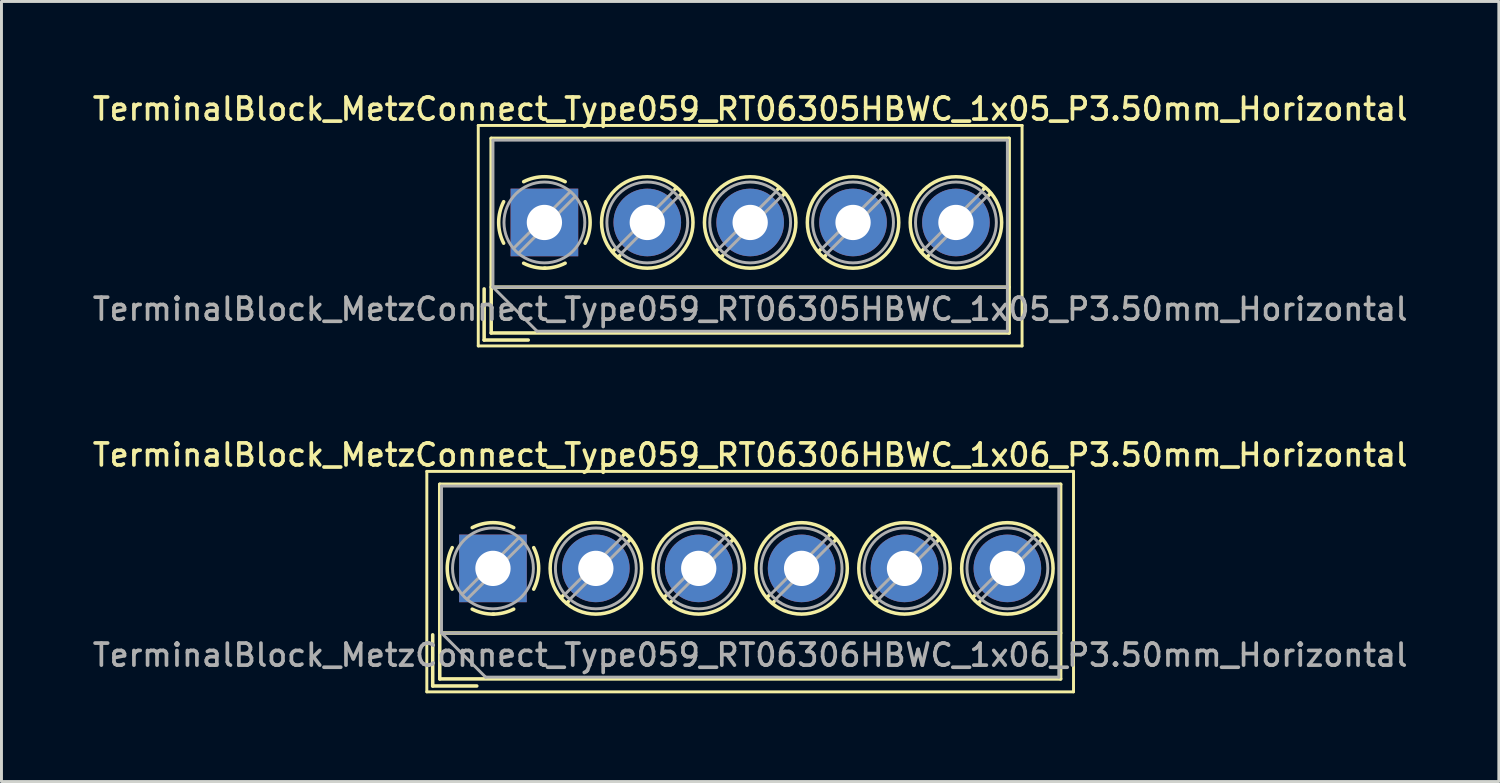
<source format=kicad_pcb>
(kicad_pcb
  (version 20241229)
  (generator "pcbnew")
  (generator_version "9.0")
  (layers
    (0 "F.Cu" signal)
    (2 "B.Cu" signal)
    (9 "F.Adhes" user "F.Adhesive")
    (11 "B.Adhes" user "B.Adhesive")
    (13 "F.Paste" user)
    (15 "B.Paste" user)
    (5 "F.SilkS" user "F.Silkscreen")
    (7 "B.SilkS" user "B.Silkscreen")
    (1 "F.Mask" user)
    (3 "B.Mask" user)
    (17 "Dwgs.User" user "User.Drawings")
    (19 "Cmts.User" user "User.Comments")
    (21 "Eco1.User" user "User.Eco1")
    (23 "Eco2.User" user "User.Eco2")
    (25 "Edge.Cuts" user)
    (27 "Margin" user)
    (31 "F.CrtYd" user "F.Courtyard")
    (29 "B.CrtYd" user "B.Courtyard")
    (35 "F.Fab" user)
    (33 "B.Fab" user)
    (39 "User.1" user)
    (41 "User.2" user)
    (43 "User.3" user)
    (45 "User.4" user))
  (footprint "TerminalBlock_MetzConnect_Type059_RT06305HBWC_1x05_P3.50mm_Horizontal"
    (layer "F.Cu")
    (at 15.47 4.518)
    (property "Reference" "TerminalBlock_MetzConnect_Type059_RT06305HBWC_1x05_P3.50mm_Horizontal" (at 7 -3.86 0) (layer "F.SilkS") (effects (font (size 0.75 0.75) (thickness 0.125))))
    (attr through_hole)
    (fp_line (start -2.25 -3.3) (end -2.25 4.2) (stroke (width 0.1) (type solid)) (layer "F.SilkS"))
    (fp_line (start -2.25 4.2) (end 16.25 4.2) (stroke (width 0.1) (type solid)) (layer "F.SilkS"))
    (fp_line (start -2.05 2.26) (end -2.05 4) (stroke (width 0.12) (type solid)) (layer "F.SilkS"))
    (fp_line (start -2.05 4) (end -0.55 4) (stroke (width 0.12) (type solid)) (layer "F.SilkS"))
    (fp_line (start -1.81 -2.86) (end -1.81 3.76) (stroke (width 0.12) (type solid)) (layer "F.SilkS"))
    (fp_line (start -1.81 -2.86) (end 15.81 -2.86) (stroke (width 0.12) (type solid)) (layer "F.SilkS"))
    (fp_line (start -1.81 2.2) (end 15.81 2.2) (stroke (width 0.12) (type solid)) (layer "F.SilkS"))
    (fp_line (start -1.81 3.76) (end 15.81 3.76) (stroke (width 0.12) (type solid)) (layer "F.SilkS"))
    (fp_line (start 2.397 0.914) (end 2.321 0.99) (stroke (width 0.12) (type solid)) (layer "F.SilkS"))
    (fp_line (start 2.565 1.125) (end 2.511 1.18) (stroke (width 0.12) (type solid)) (layer "F.SilkS"))
    (fp_line (start 4.49 -1.18) (end 4.436 -1.126) (stroke (width 0.12) (type solid)) (layer "F.SilkS"))
    (fp_line (start 4.68 -0.99) (end 4.604 -0.914) (stroke (width 0.12) (type solid)) (layer "F.SilkS"))
    (fp_line (start 5.897 0.914) (end 5.821 0.99) (stroke (width 0.12) (type solid)) (layer "F.SilkS"))
    (fp_line (start 6.065 1.125) (end 6.011 1.18) (stroke (width 0.12) (type solid)) (layer "F.SilkS"))
    (fp_line (start 7.99 -1.18) (end 7.936 -1.126) (stroke (width 0.12) (type solid)) (layer "F.SilkS"))
    (fp_line (start 8.18 -0.99) (end 8.104 -0.914) (stroke (width 0.12) (type solid)) (layer "F.SilkS"))
    (fp_line (start 9.397 0.914) (end 9.321 0.99) (stroke (width 0.12) (type solid)) (layer "F.SilkS"))
    (fp_line (start 9.565 1.125) (end 9.511 1.18) (stroke (width 0.12) (type solid)) (layer "F.SilkS"))
    (fp_line (start 11.49 -1.18) (end 11.436 -1.126) (stroke (width 0.12) (type solid)) (layer "F.SilkS"))
    (fp_line (start 11.68 -0.99) (end 11.604 -0.914) (stroke (width 0.12) (type solid)) (layer "F.SilkS"))
    (fp_line (start 12.897 0.914) (end 12.821 0.99) (stroke (width 0.12) (type solid)) (layer "F.SilkS"))
    (fp_line (start 13.065 1.125) (end 13.011 1.18) (stroke (width 0.12) (type solid)) (layer "F.SilkS"))
    (fp_line (start 14.99 -1.18) (end 14.936 -1.126) (stroke (width 0.12) (type solid)) (layer "F.SilkS"))
    (fp_line (start 15.18 -0.99) (end 15.104 -0.914) (stroke (width 0.12) (type solid)) (layer "F.SilkS"))
    (fp_line (start 15.81 -2.86) (end 15.81 3.76) (stroke (width 0.12) (type solid)) (layer "F.SilkS"))
    (fp_line (start 16.25 -3.3) (end -2.25 -3.3) (stroke (width 0.1) (type solid)) (layer "F.SilkS"))
    (fp_line (start 16.25 4.2) (end 16.25 -3.3) (stroke (width 0.1) (type solid)) (layer "F.SilkS"))
    (fp_arc (start -1.386645 0.705733) (mid -1.555906 -0.000711) (end -1.386 -0.707) (stroke (width 0.12) (type solid)) (layer "F.SilkS"))
    (fp_arc (start -0.705733 -1.386645) (mid 0.000711 -1.555906) (end 0.707 -1.386) (stroke (width 0.12) (type solid)) (layer "F.SilkS"))
    (fp_arc (start 0.026444 1.555682) (mid -0.350695 1.515869) (end -0.707 1.386) (stroke (width 0.12) (type solid)) (layer "F.SilkS"))
    (fp_arc (start 0.705955 1.385515) (mid 0.363007 1.512035) (end 0 1.555) (stroke (width 0.12) (type solid)) (layer "F.SilkS"))
    (fp_arc (start 1.386645 -0.705733) (mid 1.555906 0.000711) (end 1.386 0.707) (stroke (width 0.12) (type solid)) (layer "F.SilkS"))
    (fp_circle (center 3.5 0) (end 5.055 0) (stroke (width 0.12) (type solid)) (fill no) (layer "F.SilkS"))
    (fp_circle (center 7 0) (end 8.555 0) (stroke (width 0.12) (type solid)) (fill no) (layer "F.SilkS"))
    (fp_circle (center 10.5 0) (end 12.055 0) (stroke (width 0.12) (type solid)) (fill no) (layer "F.SilkS"))
    (fp_circle (center 14 0) (end 15.555 0) (stroke (width 0.12) (type solid)) (fill no) (layer "F.SilkS"))
    (fp_line (start -1.75 -2.8) (end 15.75 -2.8) (stroke (width 0.1) (type solid)) (layer "F.Fab"))
    (fp_line (start -1.75 2.2) (end -1.75 -2.8) (stroke (width 0.1) (type solid)) (layer "F.Fab"))
    (fp_line (start -1.75 2.2) (end 15.75 2.2) (stroke (width 0.1) (type solid)) (layer "F.Fab"))
    (fp_line (start -0.25 3.7) (end -1.75 2.2) (stroke (width 0.1) (type solid)) (layer "F.Fab"))
    (fp_line (start 0.876 -1.043) (end -1.043 0.875) (stroke (width 0.1) (type solid)) (layer "F.Fab"))
    (fp_line (start 1.043 -0.875) (end -0.876 1.043) (stroke (width 0.1) (type solid)) (layer "F.Fab"))
    (fp_line (start 4.376 -1.043) (end 2.458 0.875) (stroke (width 0.1) (type solid)) (layer "F.Fab"))
    (fp_line (start 4.543 -0.875) (end 2.625 1.043) (stroke (width 0.1) (type solid)) (layer "F.Fab"))
    (fp_line (start 7.876 -1.043) (end 5.958 0.875) (stroke (width 0.1) (type solid)) (layer "F.Fab"))
    (fp_line (start 8.043 -0.875) (end 6.125 1.043) (stroke (width 0.1) (type solid)) (layer "F.Fab"))
    (fp_line (start 11.376 -1.043) (end 9.458 0.875) (stroke (width 0.1) (type solid)) (layer "F.Fab"))
    (fp_line (start 11.543 -0.875) (end 9.625 1.043) (stroke (width 0.1) (type solid)) (layer "F.Fab"))
    (fp_line (start 14.876 -1.043) (end 12.958 0.875) (stroke (width 0.1) (type solid)) (layer "F.Fab"))
    (fp_line (start 15.043 -0.875) (end 13.125 1.043) (stroke (width 0.1) (type solid)) (layer "F.Fab"))
    (fp_line (start 15.75 -2.8) (end 15.75 3.7) (stroke (width 0.1) (type solid)) (layer "F.Fab"))
    (fp_line (start 15.75 3.7) (end -0.25 3.7) (stroke (width 0.1) (type solid)) (layer "F.Fab"))
    (fp_circle (center 0 0) (end 1.375 0) (stroke (width 0.1) (type solid)) (fill no) (layer "F.Fab"))
    (fp_circle (center 3.5 0) (end 4.875 0) (stroke (width 0.1) (type solid)) (fill no) (layer "F.Fab"))
    (fp_circle (center 7 0) (end 8.375 0) (stroke (width 0.1) (type solid)) (fill no) (layer "F.Fab"))
    (fp_circle (center 10.5 0) (end 11.875 0) (stroke (width 0.1) (type solid)) (fill no) (layer "F.Fab"))
    (fp_circle (center 14 0) (end 15.375 0) (stroke (width 0.1) (type solid)) (fill no) (layer "F.Fab"))
    (fp_text user "${REFERENCE}" (at 7 2.95 0) (layer "F.Fab") (effects (font (size 0.75 0.75) (thickness 0.125))))
    (pad "1" thru_hole rect (at 0 0) (size 2.3 2.3) (drill 1.2) (layers "*.Cu" "*.Mask"))
    (pad "2" thru_hole circle (at 3.5 0) (size 2.3 2.3) (drill 1.2) (layers "*.Cu" "*.Mask"))
    (pad "3" thru_hole circle (at 7 0) (size 2.3 2.3) (drill 1.2) (layers "*.Cu" "*.Mask"))
    (pad "4" thru_hole circle (at 10.5 0) (size 2.3 2.3) (drill 1.2) (layers "*.Cu" "*.Mask"))
    (pad "5" thru_hole circle (at 14 0) (size 2.3 2.3) (drill 1.2) (layers "*.Cu" "*.Mask")))
  (footprint "TerminalBlock_MetzConnect_Type059_RT06306HBWC_1x06_P3.50mm_Horizontal"
    (layer "F.Cu")
    (at 13.72 16.286)
    (property "Reference" "TerminalBlock_MetzConnect_Type059_RT06306HBWC_1x06_P3.50mm_Horizontal" (at 8.75 -3.86 0) (layer "F.SilkS") (effects (font (size 0.75 0.75) (thickness 0.125))))
    (attr through_hole)
    (fp_line (start -2.25 -3.3) (end -2.25 4.2) (stroke (width 0.1) (type solid)) (layer "F.SilkS"))
    (fp_line (start -2.25 4.2) (end 19.75 4.2) (stroke (width 0.1) (type solid)) (layer "F.SilkS"))
    (fp_line (start -2.05 2.26) (end -2.05 4) (stroke (width 0.12) (type solid)) (layer "F.SilkS"))
    (fp_line (start -2.05 4) (end -0.55 4) (stroke (width 0.12) (type solid)) (layer "F.SilkS"))
    (fp_line (start -1.81 -2.86) (end -1.81 3.76) (stroke (width 0.12) (type solid)) (layer "F.SilkS"))
    (fp_line (start -1.81 -2.86) (end 19.311 -2.86) (stroke (width 0.12) (type solid)) (layer "F.SilkS"))
    (fp_line (start -1.81 2.2) (end 19.311 2.2) (stroke (width 0.12) (type solid)) (layer "F.SilkS"))
    (fp_line (start -1.81 3.76) (end 19.311 3.76) (stroke (width 0.12) (type solid)) (layer "F.SilkS"))
    (fp_line (start 2.397 0.914) (end 2.321 0.99) (stroke (width 0.12) (type solid)) (layer "F.SilkS"))
    (fp_line (start 2.565 1.125) (end 2.511 1.18) (stroke (width 0.12) (type solid)) (layer "F.SilkS"))
    (fp_line (start 4.49 -1.18) (end 4.436 -1.126) (stroke (width 0.12) (type solid)) (layer "F.SilkS"))
    (fp_line (start 4.68 -0.99) (end 4.604 -0.914) (stroke (width 0.12) (type solid)) (layer "F.SilkS"))
    (fp_line (start 5.897 0.914) (end 5.821 0.99) (stroke (width 0.12) (type solid)) (layer "F.SilkS"))
    (fp_line (start 6.065 1.125) (end 6.011 1.18) (stroke (width 0.12) (type solid)) (layer "F.SilkS"))
    (fp_line (start 7.99 -1.18) (end 7.936 -1.126) (stroke (width 0.12) (type solid)) (layer "F.SilkS"))
    (fp_line (start 8.18 -0.99) (end 8.104 -0.914) (stroke (width 0.12) (type solid)) (layer "F.SilkS"))
    (fp_line (start 9.397 0.914) (end 9.321 0.99) (stroke (width 0.12) (type solid)) (layer "F.SilkS"))
    (fp_line (start 9.565 1.125) (end 9.511 1.18) (stroke (width 0.12) (type solid)) (layer "F.SilkS"))
    (fp_line (start 11.49 -1.18) (end 11.436 -1.126) (stroke (width 0.12) (type solid)) (layer "F.SilkS"))
    (fp_line (start 11.68 -0.99) (end 11.604 -0.914) (stroke (width 0.12) (type solid)) (layer "F.SilkS"))
    (fp_line (start 12.897 0.914) (end 12.821 0.99) (stroke (width 0.12) (type solid)) (layer "F.SilkS"))
    (fp_line (start 13.065 1.125) (end 13.011 1.18) (stroke (width 0.12) (type solid)) (layer "F.SilkS"))
    (fp_line (start 14.99 -1.18) (end 14.936 -1.126) (stroke (width 0.12) (type solid)) (layer "F.SilkS"))
    (fp_line (start 15.18 -0.99) (end 15.104 -0.914) (stroke (width 0.12) (type solid)) (layer "F.SilkS"))
    (fp_line (start 16.397 0.914) (end 16.321 0.99) (stroke (width 0.12) (type solid)) (layer "F.SilkS"))
    (fp_line (start 16.565 1.125) (end 16.511 1.18) (stroke (width 0.12) (type solid)) (layer "F.SilkS"))
    (fp_line (start 18.49 -1.18) (end 18.436 -1.126) (stroke (width 0.12) (type solid)) (layer "F.SilkS"))
    (fp_line (start 18.68 -0.99) (end 18.604 -0.914) (stroke (width 0.12) (type solid)) (layer "F.SilkS"))
    (fp_line (start 19.311 -2.86) (end 19.311 3.76) (stroke (width 0.12) (type solid)) (layer "F.SilkS"))
    (fp_line (start 19.75 -3.3) (end -2.25 -3.3) (stroke (width 0.1) (type solid)) (layer "F.SilkS"))
    (fp_line (start 19.75 4.2) (end 19.75 -3.3) (stroke (width 0.1) (type solid)) (layer "F.SilkS"))
    (fp_arc (start -1.386645 0.705733) (mid -1.555906 -0.000711) (end -1.386 -0.707) (stroke (width 0.12) (type solid)) (layer "F.SilkS"))
    (fp_arc (start -0.705733 -1.386645) (mid 0.000711 -1.555906) (end 0.707 -1.386) (stroke (width 0.12) (type solid)) (layer "F.SilkS"))
    (fp_arc (start 0.026444 1.555682) (mid -0.350695 1.515869) (end -0.707 1.386) (stroke (width 0.12) (type solid)) (layer "F.SilkS"))
    (fp_arc (start 0.705955 1.385515) (mid 0.363007 1.512035) (end 0 1.555) (stroke (width 0.12) (type solid)) (layer "F.SilkS"))
    (fp_arc (start 1.386645 -0.705733) (mid 1.555906 0.000711) (end 1.386 0.707) (stroke (width 0.12) (type solid)) (layer "F.SilkS"))
    (fp_circle (center 3.5 0) (end 5.055 0) (stroke (width 0.12) (type solid)) (fill no) (layer "F.SilkS"))
    (fp_circle (center 7 0) (end 8.555 0) (stroke (width 0.12) (type solid)) (fill no) (layer "F.SilkS"))
    (fp_circle (center 10.5 0) (end 12.055 0) (stroke (width 0.12) (type solid)) (fill no) (layer "F.SilkS"))
    (fp_circle (center 14 0) (end 15.555 0) (stroke (width 0.12) (type solid)) (fill no) (layer "F.SilkS"))
    (fp_circle (center 17.5 0) (end 19.055 0) (stroke (width 0.12) (type solid)) (fill no) (layer "F.SilkS"))
    (fp_line (start -1.75 -2.8) (end 19.25 -2.8) (stroke (width 0.1) (type solid)) (layer "F.Fab"))
    (fp_line (start -1.75 2.2) (end -1.75 -2.8) (stroke (width 0.1) (type solid)) (layer "F.Fab"))
    (fp_line (start -1.75 2.2) (end 19.25 2.2) (stroke (width 0.1) (type solid)) (layer "F.Fab"))
    (fp_line (start -0.25 3.7) (end -1.75 2.2) (stroke (width 0.1) (type solid)) (layer "F.Fab"))
    (fp_line (start 0.876 -1.043) (end -1.043 0.875) (stroke (width 0.1) (type solid)) (layer "F.Fab"))
    (fp_line (start 1.043 -0.875) (end -0.876 1.043) (stroke (width 0.1) (type solid)) (layer "F.Fab"))
    (fp_line (start 4.376 -1.043) (end 2.458 0.875) (stroke (width 0.1) (type solid)) (layer "F.Fab"))
    (fp_line (start 4.543 -0.875) (end 2.625 1.043) (stroke (width 0.1) (type solid)) (layer "F.Fab"))
    (fp_line (start 7.876 -1.043) (end 5.958 0.875) (stroke (width 0.1) (type solid)) (layer "F.Fab"))
    (fp_line (start 8.043 -0.875) (end 6.125 1.043) (stroke (width 0.1) (type solid)) (layer "F.Fab"))
    (fp_line (start 11.376 -1.043) (end 9.458 0.875) (stroke (width 0.1) (type solid)) (layer "F.Fab"))
    (fp_line (start 11.543 -0.875) (end 9.625 1.043) (stroke (width 0.1) (type solid)) (layer "F.Fab"))
    (fp_line (start 14.876 -1.043) (end 12.958 0.875) (stroke (width 0.1) (type solid)) (layer "F.Fab"))
    (fp_line (start 15.043 -0.875) (end 13.125 1.043) (stroke (width 0.1) (type solid)) (layer "F.Fab"))
    (fp_line (start 18.376 -1.043) (end 16.458 0.875) (stroke (width 0.1) (type solid)) (layer "F.Fab"))
    (fp_line (start 18.543 -0.875) (end 16.625 1.043) (stroke (width 0.1) (type solid)) (layer "F.Fab"))
    (fp_line (start 19.25 -2.8) (end 19.25 3.7) (stroke (width 0.1) (type solid)) (layer "F.Fab"))
    (fp_line (start 19.25 3.7) (end -0.25 3.7) (stroke (width 0.1) (type solid)) (layer "F.Fab"))
    (fp_circle (center 0 0) (end 1.375 0) (stroke (width 0.1) (type solid)) (fill no) (layer "F.Fab"))
    (fp_circle (center 3.5 0) (end 4.875 0) (stroke (width 0.1) (type solid)) (fill no) (layer "F.Fab"))
    (fp_circle (center 7 0) (end 8.375 0) (stroke (width 0.1) (type solid)) (fill no) (layer "F.Fab"))
    (fp_circle (center 10.5 0) (end 11.875 0) (stroke (width 0.1) (type solid)) (fill no) (layer "F.Fab"))
    (fp_circle (center 14 0) (end 15.375 0) (stroke (width 0.1) (type solid)) (fill no) (layer "F.Fab"))
    (fp_circle (center 17.5 0) (end 18.875 0) (stroke (width 0.1) (type solid)) (fill no) (layer "F.Fab"))
    (fp_text user "${REFERENCE}" (at 8.75 2.95 0) (layer "F.Fab") (effects (font (size 0.75 0.75) (thickness 0.125))))
    (pad "1" thru_hole rect (at 0 0) (size 2.3 2.3) (drill 1.2) (layers "*.Cu" "*.Mask"))
    (pad "2" thru_hole circle (at 3.5 0) (size 2.3 2.3) (drill 1.2) (layers "*.Cu" "*.Mask"))
    (pad "3" thru_hole circle (at 7 0) (size 2.3 2.3) (drill 1.2) (layers "*.Cu" "*.Mask"))
    (pad "4" thru_hole circle (at 10.5 0) (size 2.3 2.3) (drill 1.2) (layers "*.Cu" "*.Mask"))
    (pad "5" thru_hole circle (at 14 0) (size 2.3 2.3) (drill 1.2) (layers "*.Cu" "*.Mask"))
    (pad "6" thru_hole circle (at 17.5 0) (size 2.3 2.3) (drill 1.2) (layers "*.Cu" "*.Mask")))
  (gr_rect
    (start -3 -3)
    (end 47.939 23.536)
    (stroke (width 0.1) (type default))
    (fill no)
    (layer "Edge.Cuts")))
</source>
